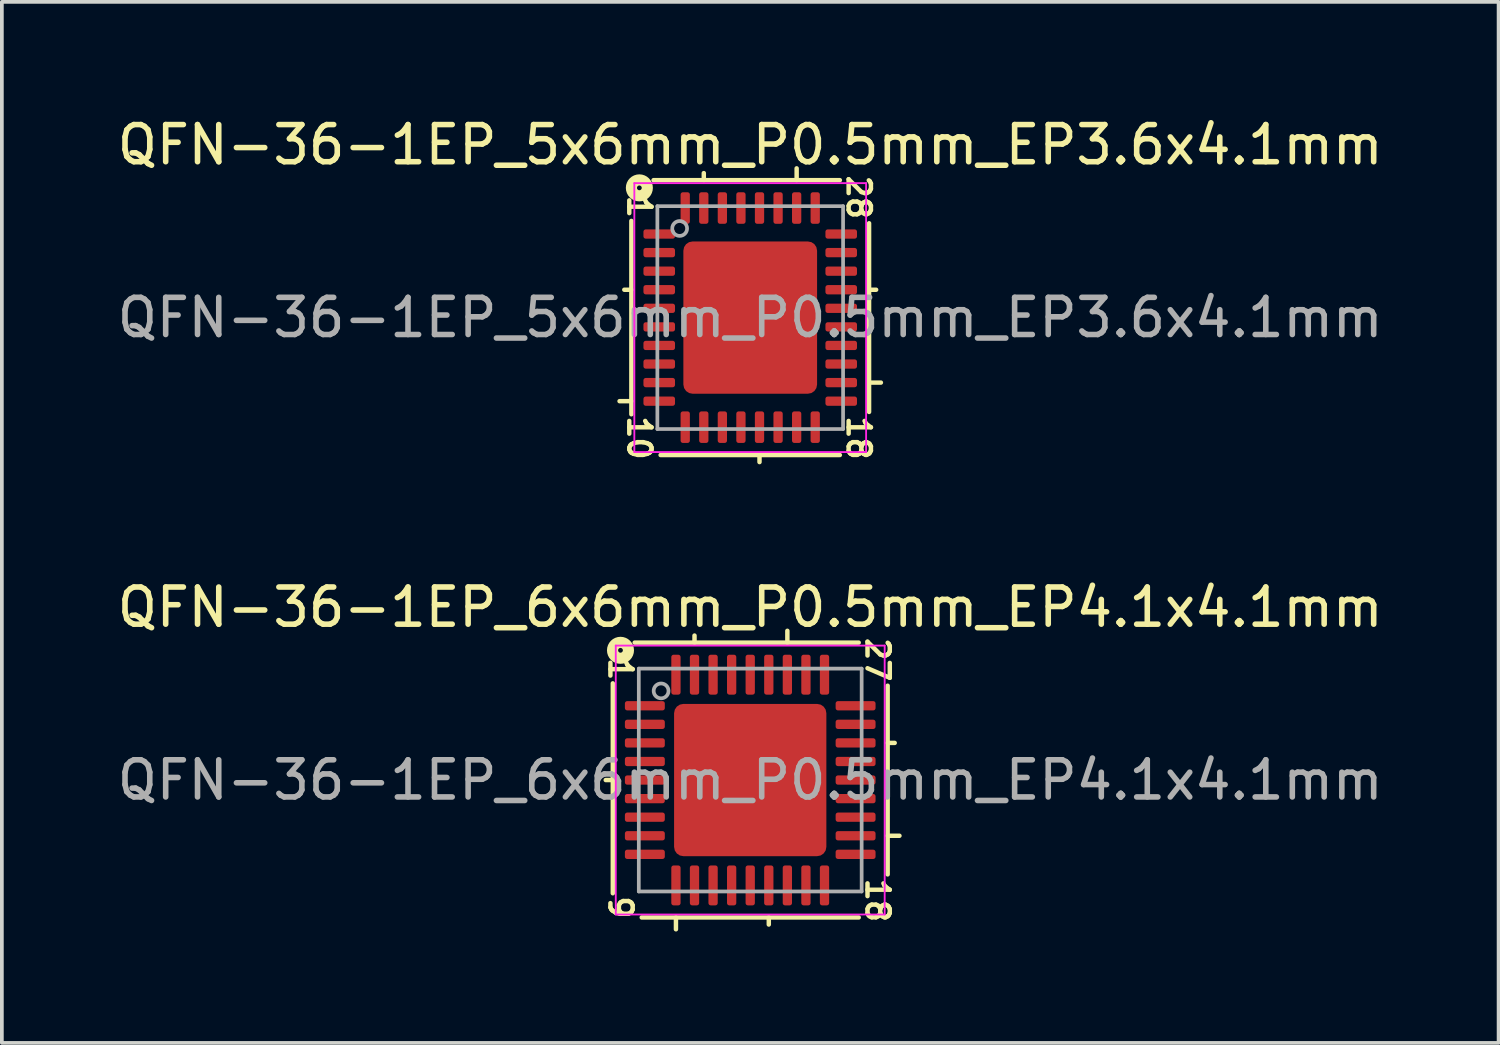
<source format=kicad_pcb>
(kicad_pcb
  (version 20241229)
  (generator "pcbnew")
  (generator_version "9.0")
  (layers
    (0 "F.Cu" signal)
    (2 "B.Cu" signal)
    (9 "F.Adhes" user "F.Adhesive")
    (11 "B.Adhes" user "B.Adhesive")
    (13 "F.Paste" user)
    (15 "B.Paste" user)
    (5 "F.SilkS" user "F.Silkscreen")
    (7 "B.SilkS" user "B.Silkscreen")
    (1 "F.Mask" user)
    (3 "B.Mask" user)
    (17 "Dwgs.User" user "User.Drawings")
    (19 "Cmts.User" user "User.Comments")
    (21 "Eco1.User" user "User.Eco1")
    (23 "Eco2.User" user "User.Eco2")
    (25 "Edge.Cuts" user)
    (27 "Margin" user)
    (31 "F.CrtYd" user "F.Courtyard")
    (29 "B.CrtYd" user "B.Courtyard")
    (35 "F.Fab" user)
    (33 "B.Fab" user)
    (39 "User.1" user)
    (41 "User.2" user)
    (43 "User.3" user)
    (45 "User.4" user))
  (footprint "QFN-36-1EP_6x6mm_P0.5mm_EP4.1x4.1mm"
    (layer "F.Cu")
    (at 17.149 17.952)
    (property "Reference" "QFN-36-1EP_6x6mm_P0.5mm_EP4.1x4.1mm" (at 0 -4.652 0) (layer "F.SilkS") (effects (font (size 1 1) (thickness 0.15))))
    (attr smd)
    (fp_line (start -3.7 -2.603) (end -3.7 3.048) (stroke (width 0.12) (type solid)) (layer "F.SilkS"))
    (fp_line (start -3.7 0) (end -3.89 0) (stroke (width 0.12) (type solid)) (layer "F.SilkS"))
    (fp_line (start -2.921 3.7) (end 2.921 3.7) (stroke (width 0.12) (type solid)) (layer "F.SilkS"))
    (fp_line (start -2 3.7) (end -2 4.018) (stroke (width 0.12) (type solid)) (layer "F.SilkS"))
    (fp_line (start -1.5 -3.7) (end -1.5 -3.89) (stroke (width 0.12) (type solid)) (layer "F.SilkS"))
    (fp_line (start 0.5 3.7) (end 0.5 3.89) (stroke (width 0.12) (type solid)) (layer "F.SilkS"))
    (fp_line (start 1 -3.7) (end 1 -4.018) (stroke (width 0.12) (type solid)) (layer "F.SilkS"))
    (fp_line (start 2.921 -3.7) (end -3.111 -3.7) (stroke (width 0.12) (type solid)) (layer "F.SilkS"))
    (fp_line (start 3.7 -1) (end 3.89 -1) (stroke (width 0.12) (type solid)) (layer "F.SilkS"))
    (fp_line (start 3.7 1.5) (end 4.018 1.5) (stroke (width 0.12) (type solid)) (layer "F.SilkS"))
    (fp_line (start 3.7 2.54) (end 3.7 -2.54) (stroke (width 0.12) (type solid)) (layer "F.SilkS"))
    (fp_circle (center -3.493 -3.493) (end -3.429 -3.493) (stroke (width 0.3) (type solid)) (fill no) (layer "F.SilkS"))
    (fp_line (start -3.62 -3.62) (end -3.62 3.62) (stroke (width 0.05) (type solid)) (layer "F.CrtYd"))
    (fp_line (start -3.62 3.62) (end 3.62 3.62) (stroke (width 0.05) (type solid)) (layer "F.CrtYd"))
    (fp_line (start 3.62 -3.62) (end -3.62 -3.62) (stroke (width 0.05) (type solid)) (layer "F.CrtYd"))
    (fp_line (start 3.62 3.62) (end 3.62 -3.62) (stroke (width 0.05) (type solid)) (layer "F.CrtYd"))
    (fp_line (start -3 -3) (end 3 -3) (stroke (width 0.1) (type solid)) (layer "F.Fab"))
    (fp_line (start -3 3) (end -3 -3) (stroke (width 0.1) (type solid)) (layer "F.Fab"))
    (fp_line (start 3 -3) (end 3 3) (stroke (width 0.1) (type solid)) (layer "F.Fab"))
    (fp_line (start 3 3) (end -3 3) (stroke (width 0.1) (type solid)) (layer "F.Fab"))
    (fp_circle (center -2.4 -2.4) (end -2.2 -2.4) (stroke (width 0.1) (type solid)) (fill no) (layer "F.Fab"))
    (fp_text user "27" (at 3.429 -3.239 270) (unlocked yes) (layer "F.SilkS") (effects (font (size 0.6 0.6) (thickness 0.12))))
    (fp_text user "1" (at -3.493 -2.985 270) (unlocked yes) (layer "F.SilkS") (effects (font (size 0.6 0.6) (thickness 0.12))))
    (fp_text user "18" (at 3.429 3.239 270) (unlocked yes) (layer "F.SilkS") (effects (font (size 0.6 0.6) (thickness 0.12))))
    (fp_text user "9" (at -3.493 3.429 270) (unlocked yes) (layer "F.SilkS") (effects (font (size 0.6 0.6) (thickness 0.12))))
    (fp_text user "${REFERENCE}" (at 0 0 0) (layer "F.Fab") (effects (font (size 1 1) (thickness 0.15))))
    (pad "" smd roundrect (at -1.37 -1.37) (size 1.1 1.1) (layers "F.Paste") (roundrect_rratio 0.227))
    (pad "" smd roundrect (at -1.37 0) (size 1.1 1.1) (layers "F.Paste") (roundrect_rratio 0.227))
    (pad "" smd roundrect (at -1.37 1.37) (size 1.1 1.1) (layers "F.Paste") (roundrect_rratio 0.227))
    (pad "" smd roundrect (at 0 -1.37) (size 1.1 1.1) (layers "F.Paste") (roundrect_rratio 0.227))
    (pad "" smd roundrect (at 0 0) (size 1.1 1.1) (layers "F.Paste") (roundrect_rratio 0.227))
    (pad "" smd roundrect (at 0 1.37) (size 1.1 1.1) (layers "F.Paste") (roundrect_rratio 0.227))
    (pad "" smd roundrect (at 1.37 -1.37) (size 1.1 1.1) (layers "F.Paste") (roundrect_rratio 0.227))
    (pad "" smd roundrect (at 1.37 0) (size 1.1 1.1) (layers "F.Paste") (roundrect_rratio 0.227))
    (pad "" smd roundrect (at 1.37 1.37) (size 1.1 1.1) (layers "F.Paste") (roundrect_rratio 0.227))
    (pad "1" smd roundrect (at -2.837 -2) (size 1.075 0.25) (layers "F.Cu" "F.Mask" "F.Paste") (roundrect_rratio 0.25))
    (pad "2" smd roundrect (at -2.837 -1.5) (size 1.075 0.25) (layers "F.Cu" "F.Mask" "F.Paste") (roundrect_rratio 0.25))
    (pad "3" smd roundrect (at -2.837 -1) (size 1.075 0.25) (layers "F.Cu" "F.Mask" "F.Paste") (roundrect_rratio 0.25))
    (pad "4" smd roundrect (at -2.837 -0.5) (size 1.075 0.25) (layers "F.Cu" "F.Mask" "F.Paste") (roundrect_rratio 0.25))
    (pad "5" smd roundrect (at -2.837 0) (size 1.075 0.25) (layers "F.Cu" "F.Mask" "F.Paste") (roundrect_rratio 0.25))
    (pad "6" smd roundrect (at -2.837 0.5) (size 1.075 0.25) (layers "F.Cu" "F.Mask" "F.Paste") (roundrect_rratio 0.25))
    (pad "7" smd roundrect (at -2.837 1) (size 1.075 0.25) (layers "F.Cu" "F.Mask" "F.Paste") (roundrect_rratio 0.25))
    (pad "8" smd roundrect (at -2.837 1.5) (size 1.075 0.25) (layers "F.Cu" "F.Mask" "F.Paste") (roundrect_rratio 0.25))
    (pad "9" smd roundrect (at -2.837 2) (size 1.075 0.25) (layers "F.Cu" "F.Mask" "F.Paste") (roundrect_rratio 0.25))
    (pad "10" smd roundrect (at -2 2.837) (size 0.25 1.075) (layers "F.Cu" "F.Mask" "F.Paste") (roundrect_rratio 0.25))
    (pad "11" smd roundrect (at -1.5 2.837) (size 0.25 1.075) (layers "F.Cu" "F.Mask" "F.Paste") (roundrect_rratio 0.25))
    (pad "12" smd roundrect (at -1 2.837) (size 0.25 1.075) (layers "F.Cu" "F.Mask" "F.Paste") (roundrect_rratio 0.25))
    (pad "13" smd roundrect (at -0.5 2.837) (size 0.25 1.075) (layers "F.Cu" "F.Mask" "F.Paste") (roundrect_rratio 0.25))
    (pad "14" smd roundrect (at 0 2.837) (size 0.25 1.075) (layers "F.Cu" "F.Mask" "F.Paste") (roundrect_rratio 0.25))
    (pad "15" smd roundrect (at 0.5 2.837) (size 0.25 1.075) (layers "F.Cu" "F.Mask" "F.Paste") (roundrect_rratio 0.25))
    (pad "16" smd roundrect (at 1 2.837) (size 0.25 1.075) (layers "F.Cu" "F.Mask" "F.Paste") (roundrect_rratio 0.25))
    (pad "17" smd roundrect (at 1.5 2.837) (size 0.25 1.075) (layers "F.Cu" "F.Mask" "F.Paste") (roundrect_rratio 0.25))
    (pad "18" smd roundrect (at 2 2.837) (size 0.25 1.075) (layers "F.Cu" "F.Mask" "F.Paste") (roundrect_rratio 0.25))
    (pad "19" smd roundrect (at 2.837 2) (size 1.075 0.25) (layers "F.Cu" "F.Mask" "F.Paste") (roundrect_rratio 0.25))
    (pad "20" smd roundrect (at 2.837 1.5) (size 1.075 0.25) (layers "F.Cu" "F.Mask" "F.Paste") (roundrect_rratio 0.25))
    (pad "21" smd roundrect (at 2.837 1) (size 1.075 0.25) (layers "F.Cu" "F.Mask" "F.Paste") (roundrect_rratio 0.25))
    (pad "22" smd roundrect (at 2.837 0.5) (size 1.075 0.25) (layers "F.Cu" "F.Mask" "F.Paste") (roundrect_rratio 0.25))
    (pad "23" smd roundrect (at 2.837 0) (size 1.075 0.25) (layers "F.Cu" "F.Mask" "F.Paste") (roundrect_rratio 0.25))
    (pad "24" smd roundrect (at 2.837 -0.5) (size 1.075 0.25) (layers "F.Cu" "F.Mask" "F.Paste") (roundrect_rratio 0.25))
    (pad "25" smd roundrect (at 2.837 -1) (size 1.075 0.25) (layers "F.Cu" "F.Mask" "F.Paste") (roundrect_rratio 0.25))
    (pad "26" smd roundrect (at 2.837 -1.5) (size 1.075 0.25) (layers "F.Cu" "F.Mask" "F.Paste") (roundrect_rratio 0.25))
    (pad "27" smd roundrect (at 2.837 -2) (size 1.075 0.25) (layers "F.Cu" "F.Mask" "F.Paste") (roundrect_rratio 0.25))
    (pad "28" smd roundrect (at 2 -2.837) (size 0.25 1.075) (layers "F.Cu" "F.Mask" "F.Paste") (roundrect_rratio 0.25))
    (pad "29" smd roundrect (at 1.5 -2.837) (size 0.25 1.075) (layers "F.Cu" "F.Mask" "F.Paste") (roundrect_rratio 0.25))
    (pad "30" smd roundrect (at 1 -2.837) (size 0.25 1.075) (layers "F.Cu" "F.Mask" "F.Paste") (roundrect_rratio 0.25))
    (pad "31" smd roundrect (at 0.5 -2.837) (size 0.25 1.075) (layers "F.Cu" "F.Mask" "F.Paste") (roundrect_rratio 0.25))
    (pad "32" smd roundrect (at 0 -2.837) (size 0.25 1.075) (layers "F.Cu" "F.Mask" "F.Paste") (roundrect_rratio 0.25))
    (pad "33" smd roundrect (at -0.5 -2.837) (size 0.25 1.075) (layers "F.Cu" "F.Mask" "F.Paste") (roundrect_rratio 0.25))
    (pad "34" smd roundrect (at -1 -2.837) (size 0.25 1.075) (layers "F.Cu" "F.Mask" "F.Paste") (roundrect_rratio 0.25))
    (pad "35" smd roundrect (at -1.5 -2.837) (size 0.25 1.075) (layers "F.Cu" "F.Mask" "F.Paste") (roundrect_rratio 0.25))
    (pad "36" smd roundrect (at -2 -2.837) (size 0.25 1.075) (layers "F.Cu" "F.Mask" "F.Paste") (roundrect_rratio 0.25))
    (pad "37" smd roundrect (at 0 0) (size 4.1 4.1) (layers "F.Cu" "F.Mask") (roundrect_rratio 0.061)))
  (footprint "QFN-36-1EP_5x6mm_P0.5mm_EP3.6x4.1mm"
    (layer "F.Cu")
    (at 17.149 5.501)
    (property "Reference" "QFN-36-1EP_5x6mm_P0.5mm_EP3.6x4.1mm" (at 0 -4.652 0) (layer "F.SilkS") (effects (font (size 1 1) (thickness 0.15))))
    (attr smd)
    (fp_line (start -3.2 -2.603) (end -3.2 2.603) (stroke (width 0.12) (type solid)) (layer "F.SilkS"))
    (fp_line (start -3.2 -0.75) (end -3.39 -0.75) (stroke (width 0.12) (type solid)) (layer "F.SilkS"))
    (fp_line (start -3.2 2.25) (end -3.518 2.25) (stroke (width 0.12) (type solid)) (layer "F.SilkS"))
    (fp_line (start -2.413 3.7) (end 2.413 3.7) (stroke (width 0.12) (type solid)) (layer "F.SilkS"))
    (fp_line (start -1.25 -3.7) (end -1.25 -3.89) (stroke (width 0.12) (type solid)) (layer "F.SilkS"))
    (fp_line (start 0.25 3.7) (end 0.25 3.89) (stroke (width 0.12) (type solid)) (layer "F.SilkS"))
    (fp_line (start 1.25 -3.7) (end 1.25 -4.018) (stroke (width 0.12) (type solid)) (layer "F.SilkS"))
    (fp_line (start 2.413 -3.7) (end -2.603 -3.7) (stroke (width 0.12) (type solid)) (layer "F.SilkS"))
    (fp_line (start 3.2 -0.75) (end 3.39 -0.75) (stroke (width 0.12) (type solid)) (layer "F.SilkS"))
    (fp_line (start 3.2 1.75) (end 3.518 1.75) (stroke (width 0.12) (type solid)) (layer "F.SilkS"))
    (fp_line (start 3.2 2.54) (end 3.2 -2.54) (stroke (width 0.12) (type solid)) (layer "F.SilkS"))
    (fp_circle (center -2.985 -3.493) (end -2.921 -3.493) (stroke (width 0.3) (type solid)) (fill no) (layer "F.SilkS"))
    (fp_line (start -3.12 -3.62) (end -3.12 3.62) (stroke (width 0.05) (type solid)) (layer "F.CrtYd"))
    (fp_line (start -3.12 3.62) (end 3.12 3.62) (stroke (width 0.05) (type solid)) (layer "F.CrtYd"))
    (fp_line (start 3.12 -3.62) (end -3.12 -3.62) (stroke (width 0.05) (type solid)) (layer "F.CrtYd"))
    (fp_line (start 3.12 3.62) (end 3.12 -3.62) (stroke (width 0.05) (type solid)) (layer "F.CrtYd"))
    (fp_line (start -2.5 -3) (end 2.5 -3) (stroke (width 0.1) (type solid)) (layer "F.Fab"))
    (fp_line (start -2.5 3) (end -2.5 -3) (stroke (width 0.1) (type solid)) (layer "F.Fab"))
    (fp_line (start 2.5 -3) (end 2.5 3) (stroke (width 0.1) (type solid)) (layer "F.Fab"))
    (fp_line (start 2.5 3) (end -2.5 3) (stroke (width 0.1) (type solid)) (layer "F.Fab"))
    (fp_circle (center -1.9 -2.4) (end -1.7 -2.4) (stroke (width 0.1) (type solid)) (fill no) (layer "F.Fab"))
    (fp_text user "18" (at 2.921 3.239 270) (unlocked yes) (layer "F.SilkS") (effects (font (size 0.6 0.6) (thickness 0.12))))
    (fp_text user "10" (at -2.985 3.239 270) (unlocked yes) (layer "F.SilkS") (effects (font (size 0.6 0.6) (thickness 0.12))))
    (fp_text user "1" (at -2.985 -2.985 270) (unlocked yes) (layer "F.SilkS") (effects (font (size 0.6 0.6) (thickness 0.12))))
    (fp_text user "28" (at 2.921 -3.239 270) (unlocked yes) (layer "F.SilkS") (effects (font (size 0.6 0.6) (thickness 0.12))))
    (fp_text user "${REFERENCE}" (at 0 0 0) (layer "F.Fab") (effects (font (size 1 1) (thickness 0.15))))
    (pad "" smd roundrect (at -1.2 -1.37) (size 0.97 1.1) (layers "F.Paste") (roundrect_rratio 0.25))
    (pad "" smd roundrect (at -1.2 0) (size 0.97 1.1) (layers "F.Paste") (roundrect_rratio 0.25))
    (pad "" smd roundrect (at -1.2 1.37) (size 0.97 1.1) (layers "F.Paste") (roundrect_rratio 0.25))
    (pad "" smd roundrect (at 0 -1.37) (size 0.97 1.1) (layers "F.Paste") (roundrect_rratio 0.25))
    (pad "" smd roundrect (at 0 0) (size 0.97 1.1) (layers "F.Paste") (roundrect_rratio 0.25))
    (pad "" smd roundrect (at 0 1.37) (size 0.97 1.1) (layers "F.Paste") (roundrect_rratio 0.25))
    (pad "" smd roundrect (at 1.2 -1.37) (size 0.97 1.1) (layers "F.Paste") (roundrect_rratio 0.25))
    (pad "" smd roundrect (at 1.2 0) (size 0.97 1.1) (layers "F.Paste") (roundrect_rratio 0.25))
    (pad "" smd roundrect (at 1.2 1.37) (size 0.97 1.1) (layers "F.Paste") (roundrect_rratio 0.25))
    (pad "1" smd roundrect (at -2.45 -2.25) (size 0.85 0.25) (layers "F.Cu" "F.Mask" "F.Paste") (roundrect_rratio 0.25))
    (pad "2" smd roundrect (at -2.45 -1.75) (size 0.85 0.25) (layers "F.Cu" "F.Mask" "F.Paste") (roundrect_rratio 0.25))
    (pad "3" smd roundrect (at -2.45 -1.25) (size 0.85 0.25) (layers "F.Cu" "F.Mask" "F.Paste") (roundrect_rratio 0.25))
    (pad "4" smd roundrect (at -2.45 -0.75) (size 0.85 0.25) (layers "F.Cu" "F.Mask" "F.Paste") (roundrect_rratio 0.25))
    (pad "5" smd roundrect (at -2.45 -0.25) (size 0.85 0.25) (layers "F.Cu" "F.Mask" "F.Paste") (roundrect_rratio 0.25))
    (pad "6" smd roundrect (at -2.45 0.25) (size 0.85 0.25) (layers "F.Cu" "F.Mask" "F.Paste") (roundrect_rratio 0.25))
    (pad "7" smd roundrect (at -2.45 0.75) (size 0.85 0.25) (layers "F.Cu" "F.Mask" "F.Paste") (roundrect_rratio 0.25))
    (pad "8" smd roundrect (at -2.45 1.25) (size 0.85 0.25) (layers "F.Cu" "F.Mask" "F.Paste") (roundrect_rratio 0.25))
    (pad "9" smd roundrect (at -2.45 1.75) (size 0.85 0.25) (layers "F.Cu" "F.Mask" "F.Paste") (roundrect_rratio 0.25))
    (pad "10" smd roundrect (at -2.45 2.25) (size 0.85 0.25) (layers "F.Cu" "F.Mask" "F.Paste") (roundrect_rratio 0.25))
    (pad "11" smd roundrect (at -1.75 2.95) (size 0.25 0.85) (layers "F.Cu" "F.Mask" "F.Paste") (roundrect_rratio 0.25))
    (pad "12" smd roundrect (at -1.25 2.95) (size 0.25 0.85) (layers "F.Cu" "F.Mask" "F.Paste") (roundrect_rratio 0.25))
    (pad "13" smd roundrect (at -0.75 2.95) (size 0.25 0.85) (layers "F.Cu" "F.Mask" "F.Paste") (roundrect_rratio 0.25))
    (pad "14" smd roundrect (at -0.25 2.95) (size 0.25 0.85) (layers "F.Cu" "F.Mask" "F.Paste") (roundrect_rratio 0.25))
    (pad "15" smd roundrect (at 0.25 2.95) (size 0.25 0.85) (layers "F.Cu" "F.Mask" "F.Paste") (roundrect_rratio 0.25))
    (pad "16" smd roundrect (at 0.75 2.95) (size 0.25 0.85) (layers "F.Cu" "F.Mask" "F.Paste") (roundrect_rratio 0.25))
    (pad "17" smd roundrect (at 1.25 2.95) (size 0.25 0.85) (layers "F.Cu" "F.Mask" "F.Paste") (roundrect_rratio 0.25))
    (pad "18" smd roundrect (at 1.75 2.95) (size 0.25 0.85) (layers "F.Cu" "F.Mask" "F.Paste") (roundrect_rratio 0.25))
    (pad "19" smd roundrect (at 2.45 2.25) (size 0.85 0.25) (layers "F.Cu" "F.Mask" "F.Paste") (roundrect_rratio 0.25))
    (pad "20" smd roundrect (at 2.45 1.75) (size 0.85 0.25) (layers "F.Cu" "F.Mask" "F.Paste") (roundrect_rratio 0.25))
    (pad "21" smd roundrect (at 2.45 1.25) (size 0.85 0.25) (layers "F.Cu" "F.Mask" "F.Paste") (roundrect_rratio 0.25))
    (pad "22" smd roundrect (at 2.45 0.75) (size 0.85 0.25) (layers "F.Cu" "F.Mask" "F.Paste") (roundrect_rratio 0.25))
    (pad "23" smd roundrect (at 2.45 0.25) (size 0.85 0.25) (layers "F.Cu" "F.Mask" "F.Paste") (roundrect_rratio 0.25))
    (pad "24" smd roundrect (at 2.45 -0.25) (size 0.85 0.25) (layers "F.Cu" "F.Mask" "F.Paste") (roundrect_rratio 0.25))
    (pad "25" smd roundrect (at 2.45 -0.75) (size 0.85 0.25) (layers "F.Cu" "F.Mask" "F.Paste") (roundrect_rratio 0.25))
    (pad "26" smd roundrect (at 2.45 -1.25) (size 0.85 0.25) (layers "F.Cu" "F.Mask" "F.Paste") (roundrect_rratio 0.25))
    (pad "27" smd roundrect (at 2.45 -1.75) (size 0.85 0.25) (layers "F.Cu" "F.Mask" "F.Paste") (roundrect_rratio 0.25))
    (pad "28" smd roundrect (at 2.45 -2.25) (size 0.85 0.25) (layers "F.Cu" "F.Mask" "F.Paste") (roundrect_rratio 0.25))
    (pad "29" smd roundrect (at 1.75 -2.95) (size 0.25 0.85) (layers "F.Cu" "F.Mask" "F.Paste") (roundrect_rratio 0.25))
    (pad "30" smd roundrect (at 1.25 -2.95) (size 0.25 0.85) (layers "F.Cu" "F.Mask" "F.Paste") (roundrect_rratio 0.25))
    (pad "31" smd roundrect (at 0.75 -2.95) (size 0.25 0.85) (layers "F.Cu" "F.Mask" "F.Paste") (roundrect_rratio 0.25))
    (pad "32" smd roundrect (at 0.25 -2.95) (size 0.25 0.85) (layers "F.Cu" "F.Mask" "F.Paste") (roundrect_rratio 0.25))
    (pad "33" smd roundrect (at -0.25 -2.95) (size 0.25 0.85) (layers "F.Cu" "F.Mask" "F.Paste") (roundrect_rratio 0.25))
    (pad "34" smd roundrect (at -0.75 -2.95) (size 0.25 0.85) (layers "F.Cu" "F.Mask" "F.Paste") (roundrect_rratio 0.25))
    (pad "35" smd roundrect (at -1.25 -2.95) (size 0.25 0.85) (layers "F.Cu" "F.Mask" "F.Paste") (roundrect_rratio 0.25))
    (pad "36" smd roundrect (at -1.75 -2.95) (size 0.25 0.85) (layers "F.Cu" "F.Mask" "F.Paste") (roundrect_rratio 0.25))
    (pad "37" smd roundrect (at 0 0) (size 3.6 4.1) (layers "F.Cu" "F.Mask") (roundrect_rratio 0.069)))
  (gr_rect
    (start -3 -3)
    (end 37.298 25.029)
    (stroke (width 0.1) (type default))
    (fill no)
    (layer "Edge.Cuts")))
</source>
